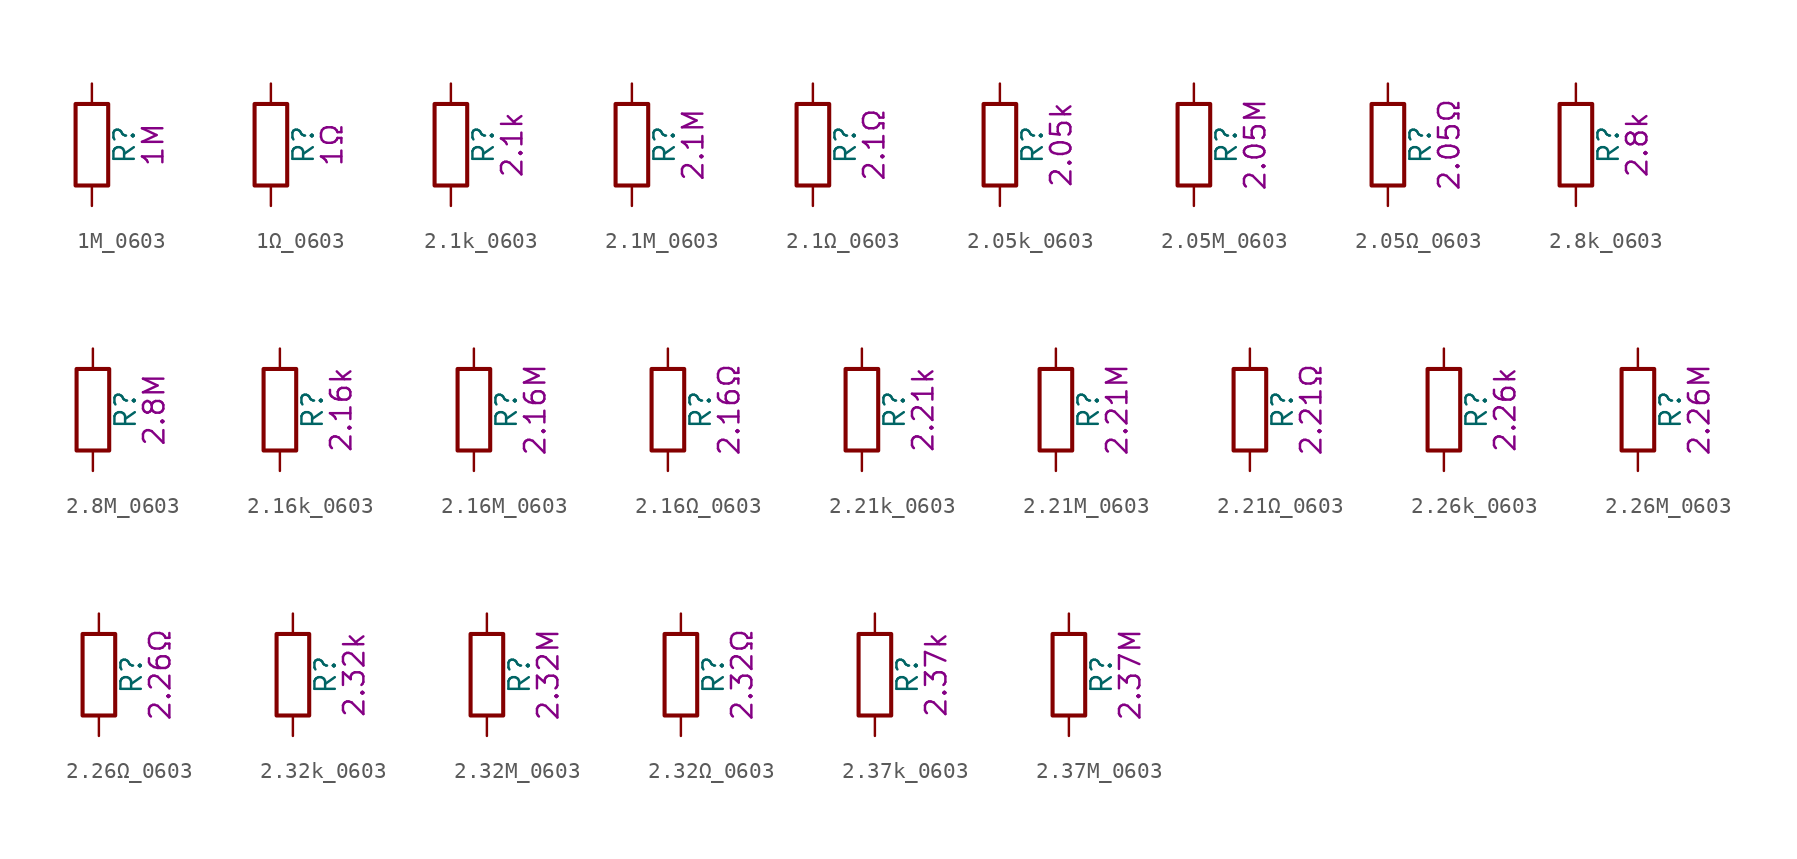
<source format=kicad_sym>
(kicad_symbol_lib
  (version 20211014)
  (generator kicad_symbol_editor)
  (symbol "1M_0603"
    (pin_numbers hide)
    (pin_names
      (offset 0))
    (property "Reference" "R"
      (at 2.032 0 90)
      (effects (font (size 1.27 1.27))))
    (property "Display" "1M"
      (at 3.81 0 90)
      (effects (font (size 1.27 1.27))))
    (symbol "1M_0603_0_1"
      (rectangle (start -1.016 -2.54) (end 1.016 2.54) (stroke (width 0.254) (type default) (color 0 0 0 0)) (fill (type none))))
    (symbol "1M_0603_1_1"
      (pin passive line (at 0 3.81 270) (length 1.27) (name "~" (effects (font (size 1.27 1.27)))) (number "1" (effects (font (size 1.27 1.27)))))
      (pin passive line (at 0 -3.81 90) (length 1.27) (name "~" (effects (font (size 1.27 1.27)))) (number "2" (effects (font (size 1.27 1.27)))))))
  (symbol "1Ω_0603"
    (pin_numbers hide)
    (pin_names
      (offset 0))
    (property "Reference" "R"
      (at 2.032 0 90)
      (effects (font (size 1.27 1.27))))
    (property "Display" "1Ω"
      (at 3.81 0 90)
      (effects (font (size 1.27 1.27))))
    (symbol "1Ω_0603_0_1"
      (rectangle (start -1.016 -2.54) (end 1.016 2.54) (stroke (width 0.254) (type default) (color 0 0 0 0)) (fill (type none))))
    (symbol "1Ω_0603_1_1"
      (pin passive line (at 0 3.81 270) (length 1.27) (name "~" (effects (font (size 1.27 1.27)))) (number "1" (effects (font (size 1.27 1.27)))))
      (pin passive line (at 0 -3.81 90) (length 1.27) (name "~" (effects (font (size 1.27 1.27)))) (number "2" (effects (font (size 1.27 1.27)))))))
  (symbol "2.1k_0603"
    (pin_numbers hide)
    (pin_names
      (offset 0))
    (property "Reference" "R"
      (at 2.032 0 90)
      (effects (font (size 1.27 1.27))))
    (property "Display" "2.1k"
      (at 3.81 0 90)
      (effects (font (size 1.27 1.27))))
    (symbol "2.1k_0603_0_1"
      (rectangle (start -1.016 -2.54) (end 1.016 2.54) (stroke (width 0.254) (type default) (color 0 0 0 0)) (fill (type none))))
    (symbol "2.1k_0603_1_1"
      (pin passive line (at 0 3.81 270) (length 1.27) (name "~" (effects (font (size 1.27 1.27)))) (number "1" (effects (font (size 1.27 1.27)))))
      (pin passive line (at 0 -3.81 90) (length 1.27) (name "~" (effects (font (size 1.27 1.27)))) (number "2" (effects (font (size 1.27 1.27)))))))
  (symbol "2.1M_0603"
    (pin_numbers hide)
    (pin_names
      (offset 0))
    (property "Reference" "R"
      (at 2.032 0 90)
      (effects (font (size 1.27 1.27))))
    (property "Display" "2.1M"
      (at 3.81 0 90)
      (effects (font (size 1.27 1.27))))
    (symbol "2.1M_0603_0_1"
      (rectangle (start -1.016 -2.54) (end 1.016 2.54) (stroke (width 0.254) (type default) (color 0 0 0 0)) (fill (type none))))
    (symbol "2.1M_0603_1_1"
      (pin passive line (at 0 3.81 270) (length 1.27) (name "~" (effects (font (size 1.27 1.27)))) (number "1" (effects (font (size 1.27 1.27)))))
      (pin passive line (at 0 -3.81 90) (length 1.27) (name "~" (effects (font (size 1.27 1.27)))) (number "2" (effects (font (size 1.27 1.27)))))))
  (symbol "2.1Ω_0603"
    (pin_numbers hide)
    (pin_names
      (offset 0))
    (property "Reference" "R"
      (at 2.032 0 90)
      (effects (font (size 1.27 1.27))))
    (property "Display" "2.1Ω"
      (at 3.81 0 90)
      (effects (font (size 1.27 1.27))))
    (symbol "2.1Ω_0603_0_1"
      (rectangle (start -1.016 -2.54) (end 1.016 2.54) (stroke (width 0.254) (type default) (color 0 0 0 0)) (fill (type none))))
    (symbol "2.1Ω_0603_1_1"
      (pin passive line (at 0 3.81 270) (length 1.27) (name "~" (effects (font (size 1.27 1.27)))) (number "1" (effects (font (size 1.27 1.27)))))
      (pin passive line (at 0 -3.81 90) (length 1.27) (name "~" (effects (font (size 1.27 1.27)))) (number "2" (effects (font (size 1.27 1.27)))))))
  (symbol "2.05k_0603"
    (pin_numbers hide)
    (pin_names
      (offset 0))
    (property "Reference" "R"
      (at 2.032 0 90)
      (effects (font (size 1.27 1.27))))
    (property "Display" "2.05k"
      (at 3.81 0 90)
      (effects (font (size 1.27 1.27))))
    (symbol "2.05k_0603_0_1"
      (rectangle (start -1.016 -2.54) (end 1.016 2.54) (stroke (width 0.254) (type default) (color 0 0 0 0)) (fill (type none))))
    (symbol "2.05k_0603_1_1"
      (pin passive line (at 0 3.81 270) (length 1.27) (name "~" (effects (font (size 1.27 1.27)))) (number "1" (effects (font (size 1.27 1.27)))))
      (pin passive line (at 0 -3.81 90) (length 1.27) (name "~" (effects (font (size 1.27 1.27)))) (number "2" (effects (font (size 1.27 1.27)))))))
  (symbol "2.05M_0603"
    (pin_numbers hide)
    (pin_names
      (offset 0))
    (property "Reference" "R"
      (at 2.032 0 90)
      (effects (font (size 1.27 1.27))))
    (property "Display" "2.05M"
      (at 3.81 0 90)
      (effects (font (size 1.27 1.27))))
    (symbol "2.05M_0603_0_1"
      (rectangle (start -1.016 -2.54) (end 1.016 2.54) (stroke (width 0.254) (type default) (color 0 0 0 0)) (fill (type none))))
    (symbol "2.05M_0603_1_1"
      (pin passive line (at 0 3.81 270) (length 1.27) (name "~" (effects (font (size 1.27 1.27)))) (number "1" (effects (font (size 1.27 1.27)))))
      (pin passive line (at 0 -3.81 90) (length 1.27) (name "~" (effects (font (size 1.27 1.27)))) (number "2" (effects (font (size 1.27 1.27)))))))
  (symbol "2.05Ω_0603"
    (pin_numbers hide)
    (pin_names
      (offset 0))
    (property "Reference" "R"
      (at 2.032 0 90)
      (effects (font (size 1.27 1.27))))
    (property "Display" "2.05Ω"
      (at 3.81 0 90)
      (effects (font (size 1.27 1.27))))
    (symbol "2.05Ω_0603_0_1"
      (rectangle (start -1.016 -2.54) (end 1.016 2.54) (stroke (width 0.254) (type default) (color 0 0 0 0)) (fill (type none))))
    (symbol "2.05Ω_0603_1_1"
      (pin passive line (at 0 3.81 270) (length 1.27) (name "~" (effects (font (size 1.27 1.27)))) (number "1" (effects (font (size 1.27 1.27)))))
      (pin passive line (at 0 -3.81 90) (length 1.27) (name "~" (effects (font (size 1.27 1.27)))) (number "2" (effects (font (size 1.27 1.27)))))))
  (symbol "2.8k_0603"
    (pin_numbers hide)
    (pin_names
      (offset 0))
    (property "Reference" "R"
      (at 2.032 0 90)
      (effects (font (size 1.27 1.27))))
    (property "Display" "2.8k"
      (at 3.81 0 90)
      (effects (font (size 1.27 1.27))))
    (symbol "2.8k_0603_0_1"
      (rectangle (start -1.016 -2.54) (end 1.016 2.54) (stroke (width 0.254) (type default) (color 0 0 0 0)) (fill (type none))))
    (symbol "2.8k_0603_1_1"
      (pin passive line (at 0 3.81 270) (length 1.27) (name "~" (effects (font (size 1.27 1.27)))) (number "1" (effects (font (size 1.27 1.27)))))
      (pin passive line (at 0 -3.81 90) (length 1.27) (name "~" (effects (font (size 1.27 1.27)))) (number "2" (effects (font (size 1.27 1.27)))))))
  (symbol "2.8M_0603"
    (pin_numbers hide)
    (pin_names
      (offset 0))
    (property "Reference" "R"
      (at 2.032 0 90)
      (effects (font (size 1.27 1.27))))
    (property "Display" "2.8M"
      (at 3.81 0 90)
      (effects (font (size 1.27 1.27))))
    (symbol "2.8M_0603_0_1"
      (rectangle (start -1.016 -2.54) (end 1.016 2.54) (stroke (width 0.254) (type default) (color 0 0 0 0)) (fill (type none))))
    (symbol "2.8M_0603_1_1"
      (pin passive line (at 0 3.81 270) (length 1.27) (name "~" (effects (font (size 1.27 1.27)))) (number "1" (effects (font (size 1.27 1.27)))))
      (pin passive line (at 0 -3.81 90) (length 1.27) (name "~" (effects (font (size 1.27 1.27)))) (number "2" (effects (font (size 1.27 1.27)))))))
  (symbol "2.16k_0603"
    (pin_numbers hide)
    (pin_names
      (offset 0))
    (property "Reference" "R"
      (at 2.032 0 90)
      (effects (font (size 1.27 1.27))))
    (property "Display" "2.16k"
      (at 3.81 0 90)
      (effects (font (size 1.27 1.27))))
    (symbol "2.16k_0603_0_1"
      (rectangle (start -1.016 -2.54) (end 1.016 2.54) (stroke (width 0.254) (type default) (color 0 0 0 0)) (fill (type none))))
    (symbol "2.16k_0603_1_1"
      (pin passive line (at 0 3.81 270) (length 1.27) (name "~" (effects (font (size 1.27 1.27)))) (number "1" (effects (font (size 1.27 1.27)))))
      (pin passive line (at 0 -3.81 90) (length 1.27) (name "~" (effects (font (size 1.27 1.27)))) (number "2" (effects (font (size 1.27 1.27)))))))
  (symbol "2.16M_0603"
    (pin_numbers hide)
    (pin_names
      (offset 0))
    (property "Reference" "R"
      (at 2.032 0 90)
      (effects (font (size 1.27 1.27))))
    (property "Display" "2.16M"
      (at 3.81 0 90)
      (effects (font (size 1.27 1.27))))
    (symbol "2.16M_0603_0_1"
      (rectangle (start -1.016 -2.54) (end 1.016 2.54) (stroke (width 0.254) (type default) (color 0 0 0 0)) (fill (type none))))
    (symbol "2.16M_0603_1_1"
      (pin passive line (at 0 3.81 270) (length 1.27) (name "~" (effects (font (size 1.27 1.27)))) (number "1" (effects (font (size 1.27 1.27)))))
      (pin passive line (at 0 -3.81 90) (length 1.27) (name "~" (effects (font (size 1.27 1.27)))) (number "2" (effects (font (size 1.27 1.27)))))))
  (symbol "2.16Ω_0603"
    (pin_numbers hide)
    (pin_names
      (offset 0))
    (property "Reference" "R"
      (at 2.032 0 90)
      (effects (font (size 1.27 1.27))))
    (property "Display" "2.16Ω"
      (at 3.81 0 90)
      (effects (font (size 1.27 1.27))))
    (symbol "2.16Ω_0603_0_1"
      (rectangle (start -1.016 -2.54) (end 1.016 2.54) (stroke (width 0.254) (type default) (color 0 0 0 0)) (fill (type none))))
    (symbol "2.16Ω_0603_1_1"
      (pin passive line (at 0 3.81 270) (length 1.27) (name "~" (effects (font (size 1.27 1.27)))) (number "1" (effects (font (size 1.27 1.27)))))
      (pin passive line (at 0 -3.81 90) (length 1.27) (name "~" (effects (font (size 1.27 1.27)))) (number "2" (effects (font (size 1.27 1.27)))))))
  (symbol "2.21k_0603"
    (pin_numbers hide)
    (pin_names
      (offset 0))
    (property "Reference" "R"
      (at 2.032 0 90)
      (effects (font (size 1.27 1.27))))
    (property "Display" "2.21k"
      (at 3.81 0 90)
      (effects (font (size 1.27 1.27))))
    (symbol "2.21k_0603_0_1"
      (rectangle (start -1.016 -2.54) (end 1.016 2.54) (stroke (width 0.254) (type default) (color 0 0 0 0)) (fill (type none))))
    (symbol "2.21k_0603_1_1"
      (pin passive line (at 0 3.81 270) (length 1.27) (name "~" (effects (font (size 1.27 1.27)))) (number "1" (effects (font (size 1.27 1.27)))))
      (pin passive line (at 0 -3.81 90) (length 1.27) (name "~" (effects (font (size 1.27 1.27)))) (number "2" (effects (font (size 1.27 1.27)))))))
  (symbol "2.21M_0603"
    (pin_numbers hide)
    (pin_names
      (offset 0))
    (property "Reference" "R"
      (at 2.032 0 90)
      (effects (font (size 1.27 1.27))))
    (property "Display" "2.21M"
      (at 3.81 0 90)
      (effects (font (size 1.27 1.27))))
    (symbol "2.21M_0603_0_1"
      (rectangle (start -1.016 -2.54) (end 1.016 2.54) (stroke (width 0.254) (type default) (color 0 0 0 0)) (fill (type none))))
    (symbol "2.21M_0603_1_1"
      (pin passive line (at 0 3.81 270) (length 1.27) (name "~" (effects (font (size 1.27 1.27)))) (number "1" (effects (font (size 1.27 1.27)))))
      (pin passive line (at 0 -3.81 90) (length 1.27) (name "~" (effects (font (size 1.27 1.27)))) (number "2" (effects (font (size 1.27 1.27)))))))
  (symbol "2.21Ω_0603"
    (pin_numbers hide)
    (pin_names
      (offset 0))
    (property "Reference" "R"
      (at 2.032 0 90)
      (effects (font (size 1.27 1.27))))
    (property "Display" "2.21Ω"
      (at 3.81 0 90)
      (effects (font (size 1.27 1.27))))
    (symbol "2.21Ω_0603_0_1"
      (rectangle (start -1.016 -2.54) (end 1.016 2.54) (stroke (width 0.254) (type default) (color 0 0 0 0)) (fill (type none))))
    (symbol "2.21Ω_0603_1_1"
      (pin passive line (at 0 3.81 270) (length 1.27) (name "~" (effects (font (size 1.27 1.27)))) (number "1" (effects (font (size 1.27 1.27)))))
      (pin passive line (at 0 -3.81 90) (length 1.27) (name "~" (effects (font (size 1.27 1.27)))) (number "2" (effects (font (size 1.27 1.27)))))))
  (symbol "2.26k_0603"
    (pin_numbers hide)
    (pin_names
      (offset 0))
    (property "Reference" "R"
      (at 2.032 0 90)
      (effects (font (size 1.27 1.27))))
    (property "Display" "2.26k"
      (at 3.81 0 90)
      (effects (font (size 1.27 1.27))))
    (symbol "2.26k_0603_0_1"
      (rectangle (start -1.016 -2.54) (end 1.016 2.54) (stroke (width 0.254) (type default) (color 0 0 0 0)) (fill (type none))))
    (symbol "2.26k_0603_1_1"
      (pin passive line (at 0 3.81 270) (length 1.27) (name "~" (effects (font (size 1.27 1.27)))) (number "1" (effects (font (size 1.27 1.27)))))
      (pin passive line (at 0 -3.81 90) (length 1.27) (name "~" (effects (font (size 1.27 1.27)))) (number "2" (effects (font (size 1.27 1.27)))))))
  (symbol "2.26M_0603"
    (pin_numbers hide)
    (pin_names
      (offset 0))
    (property "Reference" "R"
      (at 2.032 0 90)
      (effects (font (size 1.27 1.27))))
    (property "Display" "2.26M"
      (at 3.81 0 90)
      (effects (font (size 1.27 1.27))))
    (symbol "2.26M_0603_0_1"
      (rectangle (start -1.016 -2.54) (end 1.016 2.54) (stroke (width 0.254) (type default) (color 0 0 0 0)) (fill (type none))))
    (symbol "2.26M_0603_1_1"
      (pin passive line (at 0 3.81 270) (length 1.27) (name "~" (effects (font (size 1.27 1.27)))) (number "1" (effects (font (size 1.27 1.27)))))
      (pin passive line (at 0 -3.81 90) (length 1.27) (name "~" (effects (font (size 1.27 1.27)))) (number "2" (effects (font (size 1.27 1.27)))))))
  (symbol "2.26Ω_0603"
    (pin_numbers hide)
    (pin_names
      (offset 0))
    (property "Reference" "R"
      (at 2.032 0 90)
      (effects (font (size 1.27 1.27))))
    (property "Display" "2.26Ω"
      (at 3.81 0 90)
      (effects (font (size 1.27 1.27))))
    (symbol "2.26Ω_0603_0_1"
      (rectangle (start -1.016 -2.54) (end 1.016 2.54) (stroke (width 0.254) (type default) (color 0 0 0 0)) (fill (type none))))
    (symbol "2.26Ω_0603_1_1"
      (pin passive line (at 0 3.81 270) (length 1.27) (name "~" (effects (font (size 1.27 1.27)))) (number "1" (effects (font (size 1.27 1.27)))))
      (pin passive line (at 0 -3.81 90) (length 1.27) (name "~" (effects (font (size 1.27 1.27)))) (number "2" (effects (font (size 1.27 1.27)))))))
  (symbol "2.32k_0603"
    (pin_numbers hide)
    (pin_names
      (offset 0))
    (property "Reference" "R"
      (at 2.032 0 90)
      (effects (font (size 1.27 1.27))))
    (property "Display" "2.32k"
      (at 3.81 0 90)
      (effects (font (size 1.27 1.27))))
    (symbol "2.32k_0603_0_1"
      (rectangle (start -1.016 -2.54) (end 1.016 2.54) (stroke (width 0.254) (type default) (color 0 0 0 0)) (fill (type none))))
    (symbol "2.32k_0603_1_1"
      (pin passive line (at 0 3.81 270) (length 1.27) (name "~" (effects (font (size 1.27 1.27)))) (number "1" (effects (font (size 1.27 1.27)))))
      (pin passive line (at 0 -3.81 90) (length 1.27) (name "~" (effects (font (size 1.27 1.27)))) (number "2" (effects (font (size 1.27 1.27)))))))
  (symbol "2.32M_0603"
    (pin_numbers hide)
    (pin_names
      (offset 0))
    (property "Reference" "R"
      (at 2.032 0 90)
      (effects (font (size 1.27 1.27))))
    (property "Display" "2.32M"
      (at 3.81 0 90)
      (effects (font (size 1.27 1.27))))
    (symbol "2.32M_0603_0_1"
      (rectangle (start -1.016 -2.54) (end 1.016 2.54) (stroke (width 0.254) (type default) (color 0 0 0 0)) (fill (type none))))
    (symbol "2.32M_0603_1_1"
      (pin passive line (at 0 3.81 270) (length 1.27) (name "~" (effects (font (size 1.27 1.27)))) (number "1" (effects (font (size 1.27 1.27)))))
      (pin passive line (at 0 -3.81 90) (length 1.27) (name "~" (effects (font (size 1.27 1.27)))) (number "2" (effects (font (size 1.27 1.27)))))))
  (symbol "2.32Ω_0603"
    (pin_numbers hide)
    (pin_names
      (offset 0))
    (property "Reference" "R"
      (at 2.032 0 90)
      (effects (font (size 1.27 1.27))))
    (property "Display" "2.32Ω"
      (at 3.81 0 90)
      (effects (font (size 1.27 1.27))))
    (symbol "2.32Ω_0603_0_1"
      (rectangle (start -1.016 -2.54) (end 1.016 2.54) (stroke (width 0.254) (type default) (color 0 0 0 0)) (fill (type none))))
    (symbol "2.32Ω_0603_1_1"
      (pin passive line (at 0 3.81 270) (length 1.27) (name "~" (effects (font (size 1.27 1.27)))) (number "1" (effects (font (size 1.27 1.27)))))
      (pin passive line (at 0 -3.81 90) (length 1.27) (name "~" (effects (font (size 1.27 1.27)))) (number "2" (effects (font (size 1.27 1.27)))))))
  (symbol "2.37k_0603"
    (pin_numbers hide)
    (pin_names
      (offset 0))
    (property "Reference" "R"
      (at 2.032 0 90)
      (effects (font (size 1.27 1.27))))
    (property "Display" "2.37k"
      (at 3.81 0 90)
      (effects (font (size 1.27 1.27))))
    (symbol "2.37k_0603_0_1"
      (rectangle (start -1.016 -2.54) (end 1.016 2.54) (stroke (width 0.254) (type default) (color 0 0 0 0)) (fill (type none))))
    (symbol "2.37k_0603_1_1"
      (pin passive line (at 0 3.81 270) (length 1.27) (name "~" (effects (font (size 1.27 1.27)))) (number "1" (effects (font (size 1.27 1.27)))))
      (pin passive line (at 0 -3.81 90) (length 1.27) (name "~" (effects (font (size 1.27 1.27)))) (number "2" (effects (font (size 1.27 1.27)))))))
  (symbol "2.37M_0603"
    (pin_numbers hide)
    (pin_names
      (offset 0))
    (property "Reference" "R"
      (at 2.032 0 90)
      (effects (font (size 1.27 1.27))))
    (property "Display" "2.37M"
      (at 3.81 0 90)
      (effects (font (size 1.27 1.27))))
    (symbol "2.37M_0603_0_1"
      (rectangle (start -1.016 -2.54) (end 1.016 2.54) (stroke (width 0.254) (type default) (color 0 0 0 0)) (fill (type none))))
    (symbol "2.37M_0603_1_1"
      (pin passive line (at 0 3.81 270) (length 1.27) (name "~" (effects (font (size 1.27 1.27)))) (number "1" (effects (font (size 1.27 1.27)))))
      (pin passive line (at 0 -3.81 90) (length 1.27) (name "~" (effects (font (size 1.27 1.27)))) (number "2" (effects (font (size 1.27 1.27))))))))
</source>
